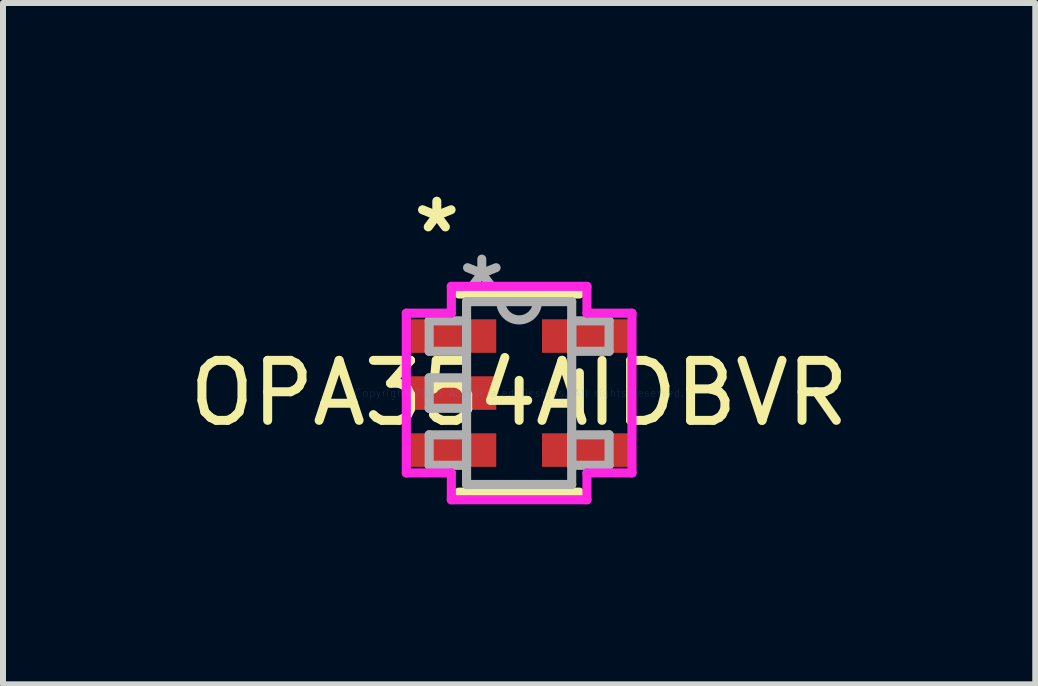
<source format=kicad_pcb>
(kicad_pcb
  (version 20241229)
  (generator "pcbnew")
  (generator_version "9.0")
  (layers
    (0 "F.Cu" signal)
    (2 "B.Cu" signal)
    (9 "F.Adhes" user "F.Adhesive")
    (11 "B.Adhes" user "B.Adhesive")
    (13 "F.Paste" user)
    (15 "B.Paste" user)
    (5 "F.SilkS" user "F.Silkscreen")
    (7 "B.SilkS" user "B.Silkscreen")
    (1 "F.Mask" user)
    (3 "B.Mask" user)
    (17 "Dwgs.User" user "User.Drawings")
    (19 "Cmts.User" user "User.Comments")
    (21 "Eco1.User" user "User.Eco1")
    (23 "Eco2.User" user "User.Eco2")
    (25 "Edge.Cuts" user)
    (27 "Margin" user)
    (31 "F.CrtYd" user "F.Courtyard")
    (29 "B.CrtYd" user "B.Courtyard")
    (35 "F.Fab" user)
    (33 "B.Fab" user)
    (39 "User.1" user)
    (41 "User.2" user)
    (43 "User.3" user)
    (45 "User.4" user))
  (footprint "OPA354AIDBVR"
    (layer "F.Cu")
    (at 5.601 3.5)
    (property "Reference" "OPA354AIDBVR" (at 0 0 0) (layer "F.SilkS") (effects (font (size 1 1) (thickness 0.15))))
    (attr through_hole)
    (fp_line (start -1.003 1.651) (end 1.003 1.651) (stroke (width 0.152) (type solid)) (layer "F.SilkS"))
    (fp_line (start 1.003 -1.651) (end -1.003 -1.651) (stroke (width 0.152) (type solid)) (layer "F.SilkS"))
    (fp_line (start 1.003 0.338) (end 1.003 -0.338) (stroke (width 0.152) (type solid)) (layer "F.SilkS"))
    (fp_line (start -1.88 -1.331) (end -1.13 -1.331) (stroke (width 0.152) (type solid)) (layer "F.CrtYd"))
    (fp_line (start -1.88 1.331) (end -1.88 -1.331) (stroke (width 0.152) (type solid)) (layer "F.CrtYd"))
    (fp_line (start -1.13 -1.778) (end 1.13 -1.778) (stroke (width 0.152) (type solid)) (layer "F.CrtYd"))
    (fp_line (start -1.13 -1.331) (end -1.13 -1.778) (stroke (width 0.152) (type solid)) (layer "F.CrtYd"))
    (fp_line (start -1.13 1.331) (end -1.88 1.331) (stroke (width 0.152) (type solid)) (layer "F.CrtYd"))
    (fp_line (start -1.13 1.778) (end -1.13 1.331) (stroke (width 0.152) (type solid)) (layer "F.CrtYd"))
    (fp_line (start 1.13 -1.778) (end 1.13 -1.331) (stroke (width 0.152) (type solid)) (layer "F.CrtYd"))
    (fp_line (start 1.13 -1.331) (end 1.88 -1.331) (stroke (width 0.152) (type solid)) (layer "F.CrtYd"))
    (fp_line (start 1.13 1.331) (end 1.13 1.778) (stroke (width 0.152) (type solid)) (layer "F.CrtYd"))
    (fp_line (start 1.13 1.778) (end -1.13 1.778) (stroke (width 0.152) (type solid)) (layer "F.CrtYd"))
    (fp_line (start 1.88 -1.331) (end 1.88 1.331) (stroke (width 0.152) (type solid)) (layer "F.CrtYd"))
    (fp_line (start 1.88 1.331) (end 1.13 1.331) (stroke (width 0.152) (type solid)) (layer "F.CrtYd"))
    (fp_line (start -1.499 -1.204) (end -1.499 -0.696) (stroke (width 0.152) (type solid)) (layer "F.Fab"))
    (fp_line (start -1.499 -0.696) (end -0.876 -0.696) (stroke (width 0.152) (type solid)) (layer "F.Fab"))
    (fp_line (start -1.499 -0.254) (end -1.499 0.254) (stroke (width 0.152) (type solid)) (layer "F.Fab"))
    (fp_line (start -1.499 0.254) (end -0.876 0.254) (stroke (width 0.152) (type solid)) (layer "F.Fab"))
    (fp_line (start -1.499 0.696) (end -1.499 1.204) (stroke (width 0.152) (type solid)) (layer "F.Fab"))
    (fp_line (start -1.499 1.204) (end -0.876 1.204) (stroke (width 0.152) (type solid)) (layer "F.Fab"))
    (fp_line (start -0.876 -1.524) (end -0.876 1.524) (stroke (width 0.152) (type solid)) (layer "F.Fab"))
    (fp_line (start -0.876 -1.204) (end -1.499 -1.204) (stroke (width 0.152) (type solid)) (layer "F.Fab"))
    (fp_line (start -0.876 -0.696) (end -0.876 -1.204) (stroke (width 0.152) (type solid)) (layer "F.Fab"))
    (fp_line (start -0.876 -0.254) (end -1.499 -0.254) (stroke (width 0.152) (type solid)) (layer "F.Fab"))
    (fp_line (start -0.876 0.254) (end -0.876 -0.254) (stroke (width 0.152) (type solid)) (layer "F.Fab"))
    (fp_line (start -0.876 0.696) (end -1.499 0.696) (stroke (width 0.152) (type solid)) (layer "F.Fab"))
    (fp_line (start -0.876 1.204) (end -0.876 0.696) (stroke (width 0.152) (type solid)) (layer "F.Fab"))
    (fp_line (start -0.876 1.524) (end 0.876 1.524) (stroke (width 0.152) (type solid)) (layer "F.Fab"))
    (fp_line (start 0.876 -1.524) (end -0.876 -1.524) (stroke (width 0.152) (type solid)) (layer "F.Fab"))
    (fp_line (start 0.876 -1.204) (end 0.876 -0.696) (stroke (width 0.152) (type solid)) (layer "F.Fab"))
    (fp_line (start 0.876 -0.696) (end 1.499 -0.696) (stroke (width 0.152) (type solid)) (layer "F.Fab"))
    (fp_line (start 0.876 0.696) (end 0.876 1.204) (stroke (width 0.152) (type solid)) (layer "F.Fab"))
    (fp_line (start 0.876 1.204) (end 1.499 1.204) (stroke (width 0.152) (type solid)) (layer "F.Fab"))
    (fp_line (start 0.876 1.524) (end 0.876 -1.524) (stroke (width 0.152) (type solid)) (layer "F.Fab"))
    (fp_line (start 1.499 -1.204) (end 0.876 -1.204) (stroke (width 0.152) (type solid)) (layer "F.Fab"))
    (fp_line (start 1.499 -0.696) (end 1.499 -1.204) (stroke (width 0.152) (type solid)) (layer "F.Fab"))
    (fp_line (start 1.499 0.696) (end 0.876 0.696) (stroke (width 0.152) (type solid)) (layer "F.Fab"))
    (fp_line (start 1.499 1.204) (end 1.499 0.696) (stroke (width 0.152) (type solid)) (layer "F.Fab"))
    (fp_arc (start 0.3048 -1.524) (mid 0 -1.2192) (end -0.3048 -1.524) (stroke (width 0.1524) (type solid)) (layer "F.Fab"))
    (fp_text user "*" (at -1.372 -2.652 0) (layer "F.SilkS") (effects (font (size 1 1) (thickness 0.15))))
    (fp_text user "Copyright 2016 Accelerated Designs. All rights reserved." (at 0 0 0) (layer "Cmts.User") (effects (font (size 0.127 0.127) (thickness 0.002))))
    (fp_text user "*" (at -0.622 -1.687 0) (layer "F.Fab") (effects (font (size 1 1) (thickness 0.15))))
    (pad "1" smd rect (at -1.118 -0.95) (size 1.473 0.559) (layers "F.Cu" "F.Mask" "F.Paste"))
    (pad "2" smd rect (at -1.118 0) (size 1.473 0.559) (layers "F.Cu" "F.Mask" "F.Paste"))
    (pad "3" smd rect (at -1.118 0.95) (size 1.473 0.559) (layers "F.Cu" "F.Mask" "F.Paste"))
    (pad "4" smd rect (at 1.118 0.95) (size 1.473 0.559) (layers "F.Cu" "F.Mask" "F.Paste"))
    (pad "5" smd rect (at 1.118 -0.95) (size 1.473 0.559) (layers "F.Cu" "F.Mask" "F.Paste")))
  (gr_rect
    (start -3 -3)
    (end 14.202 8.354)
    (stroke (width 0.1) (type default))
    (fill no)
    (layer "Edge.Cuts")))
</source>
